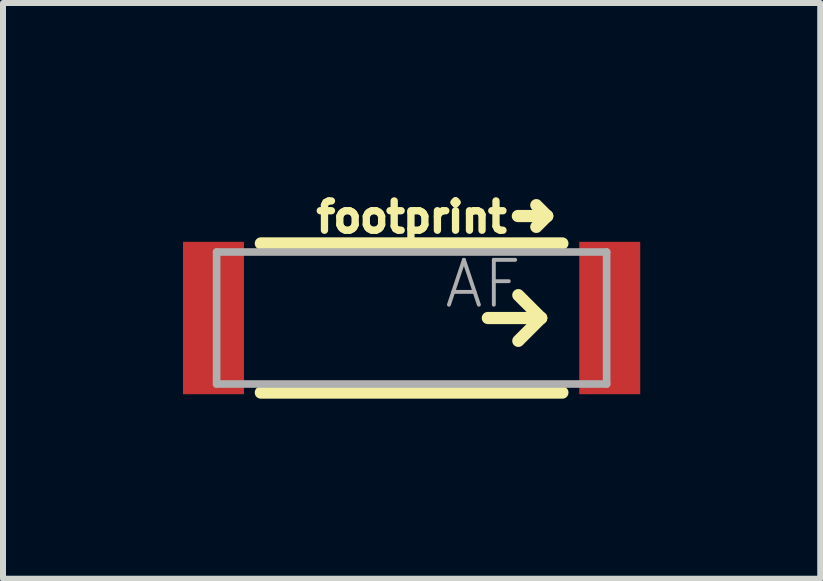
<source format=kicad_pcb>
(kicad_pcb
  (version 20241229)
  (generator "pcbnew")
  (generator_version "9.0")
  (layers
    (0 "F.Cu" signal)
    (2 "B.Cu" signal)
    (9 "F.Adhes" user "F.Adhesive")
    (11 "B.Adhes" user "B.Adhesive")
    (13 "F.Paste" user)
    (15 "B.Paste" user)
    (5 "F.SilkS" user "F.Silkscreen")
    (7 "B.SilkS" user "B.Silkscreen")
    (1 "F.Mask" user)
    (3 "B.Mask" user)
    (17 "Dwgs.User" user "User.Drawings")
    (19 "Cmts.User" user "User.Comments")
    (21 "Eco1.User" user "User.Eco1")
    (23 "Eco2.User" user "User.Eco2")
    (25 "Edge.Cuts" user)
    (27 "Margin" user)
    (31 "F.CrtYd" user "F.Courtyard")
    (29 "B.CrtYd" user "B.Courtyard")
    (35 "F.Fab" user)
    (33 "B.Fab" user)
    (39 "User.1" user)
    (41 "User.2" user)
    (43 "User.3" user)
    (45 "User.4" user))
  (footprint "footprint"
    (layer "F.Cu")
    (at 3.81 2.25)
    (property "Reference" "footprint" (at 0 -1.397 0) (layer "F.SilkS") (effects (font (size 0.488 0.488) (thickness 0.122)) (justify bottom)))
    (fp_line (start -2.513 -1.243) (end 2.513 -1.243) (stroke (width 0.203) (type solid)) (layer "F.SilkS"))
    (fp_line (start -2.513 1.243) (end 2.513 1.243) (stroke (width 0.203) (type solid)) (layer "F.SilkS"))
    (fp_line (start 1.27 0) (end 2.159 0) (stroke (width 0.203) (type solid)) (layer "F.SilkS"))
    (fp_line (start 1.77 -1.7) (end 2.259 -1.7) (stroke (width 0.203) (type solid)) (layer "F.SilkS"))
    (fp_line (start 2.159 0) (end 1.778 -0.381) (stroke (width 0.203) (type solid)) (layer "F.SilkS"))
    (fp_line (start 2.159 0) (end 1.778 0.381) (stroke (width 0.203) (type solid)) (layer "F.SilkS"))
    (fp_line (start 2.259 -1.7) (end 2.078 -1.881) (stroke (width 0.203) (type solid)) (layer "F.SilkS"))
    (fp_line (start 2.259 -1.7) (end 2.078 -1.519) (stroke (width 0.203) (type solid)) (layer "F.SilkS"))
    (fp_line (start -3.25 -1.1) (end 3.25 -1.1) (stroke (width 0.127) (type solid)) (layer "F.Fab"))
    (fp_line (start -3.25 1.1) (end -3.25 -1.1) (stroke (width 0.127) (type solid)) (layer "F.Fab"))
    (fp_line (start 3.25 -1.1) (end 3.25 1.1) (stroke (width 0.127) (type solid)) (layer "F.Fab"))
    (fp_line (start 3.25 1.1) (end -3.25 1.1) (stroke (width 0.127) (type solid)) (layer "F.Fab"))
    (fp_text user "AF" (at 0.508 -0.127 0) (layer "F.Fab") (effects (font (size 0.748 0.748) (thickness 0.065)) (justify left bottom)))
    (pad "FEED" smd rect (at -3.302 0 180) (size 1.016 2.54) (layers "F.Cu" "F.Mask" "F.Paste"))
    (pad "NC" smd rect (at 3.302 0 180) (size 1.016 2.54) (layers "F.Cu" "F.Mask" "F.Paste")))
  (gr_rect
    (start -3 -3)
    (end 10.62 6.595)
    (stroke (width 0.1) (type default))
    (fill no)
    (layer "Edge.Cuts")))
</source>
